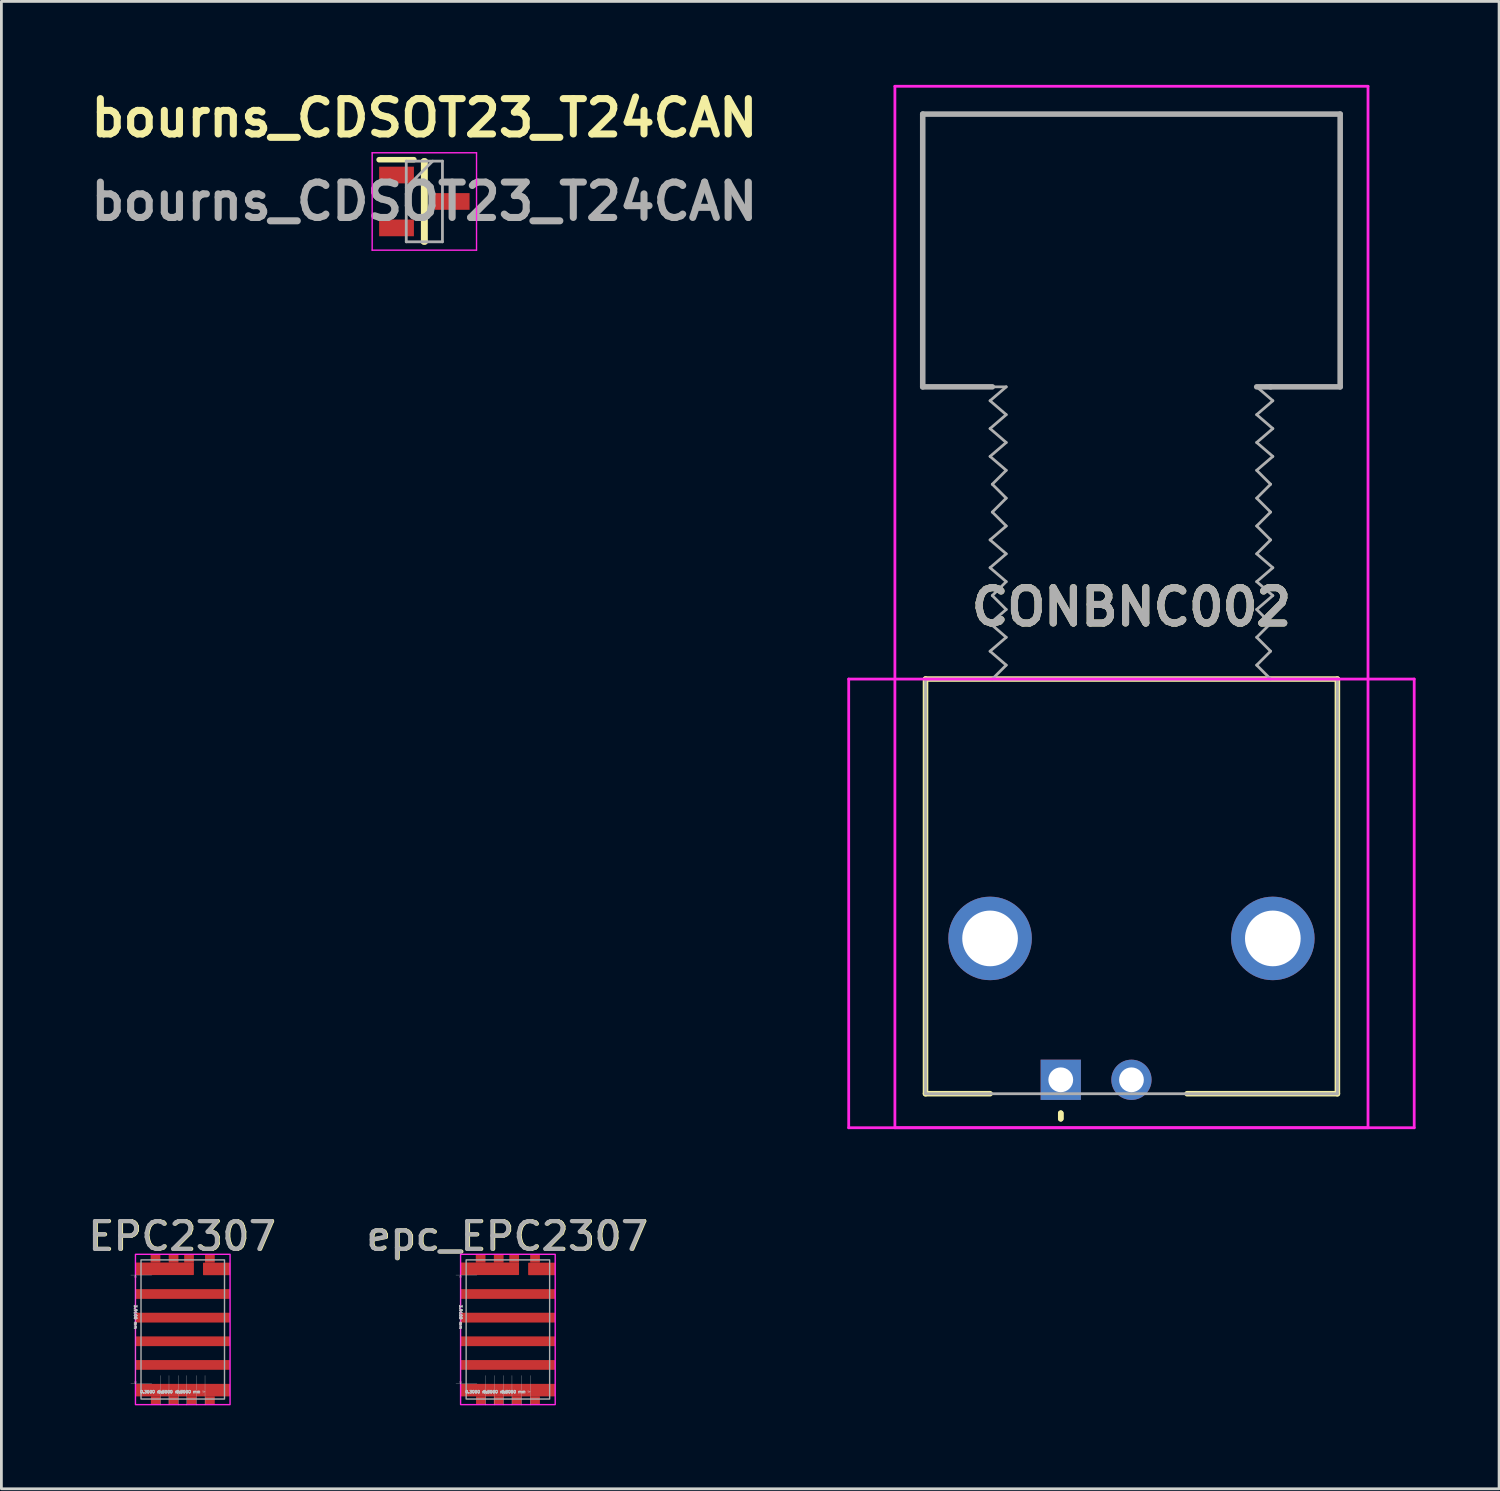
<source format=kicad_pcb>
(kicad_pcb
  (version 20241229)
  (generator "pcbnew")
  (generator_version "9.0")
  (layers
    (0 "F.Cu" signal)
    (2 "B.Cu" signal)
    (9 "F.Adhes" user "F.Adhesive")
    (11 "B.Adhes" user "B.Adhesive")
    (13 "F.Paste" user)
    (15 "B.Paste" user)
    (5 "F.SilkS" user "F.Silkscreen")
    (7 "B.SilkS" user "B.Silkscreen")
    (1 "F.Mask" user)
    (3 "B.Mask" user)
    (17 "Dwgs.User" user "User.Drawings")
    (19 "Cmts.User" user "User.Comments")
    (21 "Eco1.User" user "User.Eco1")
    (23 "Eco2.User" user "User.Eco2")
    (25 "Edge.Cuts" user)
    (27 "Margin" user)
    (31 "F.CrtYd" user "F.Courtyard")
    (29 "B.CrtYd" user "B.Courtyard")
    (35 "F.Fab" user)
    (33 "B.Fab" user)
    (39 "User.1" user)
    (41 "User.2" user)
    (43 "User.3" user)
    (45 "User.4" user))
  (footprint "epc_EPC2307"
    (layer "F.Cu")
    (at 15.194 44.571)
    (property "Reference" "epc_EPC2307" (at 0 -3.2 0) (unlocked yes) (layer "F.SilkS") (effects (font (size 1 1) (thickness 0.15))))
    (attr smd)
    (fp_rect (start -1.694 -2.55) (end 1.706 2.85) (stroke (width 0.05) (type default)) (fill no) (layer "F.CrtYd"))
    (fp_rect (start -1.494 -2.35) (end 1.506 2.65) (stroke (width 0.05) (type default)) (fill no) (layer "F.Fab"))
    (fp_text user "${REFERENCE}" (at -0.029 -3.2 0) (unlocked yes) (layer "F.Fab") (effects (font (size 1 1) (thickness 0.15))))
    (dimension (type aligned) (layer "Dwgs.User") (pts (xy 16.001 47.539) (xy 15.701 47.539)) (height 0.578) (format (prefix "") (suffix "") (units 3) (units_format 1) (precision 4)) (style (thickness 0.01) (arrow_length 0.1) (text_position_mode 1) (arrow_direction outward) (extension_height 0.586) (extension_offset 0.1) (keep_text_aligned yes)) (gr_text "0.3000 mm" (at 15.851 46.961 0) (layer "Dwgs.User") (effects (font (size 0.1 0.1) (thickness 0.05) (bold yes)) (justify right))))
    (dimension (type aligned) (layer "Dwgs.User") (pts (xy 14.706 47.539) (xy 14.406 47.539)) (height 0.578) (format (prefix "") (suffix "") (units 3) (units_format 1) (precision 4)) (style (thickness 0.01) (arrow_length 0.1) (text_position_mode 1) (arrow_direction outward) (extension_height 0.586) (extension_offset 0.1) (keep_text_aligned yes)) (gr_text "0.3000 mm" (at 14.556 46.961 0) (layer "Dwgs.User") (effects (font (size 0.1 0.1) (thickness 0.05) (bold yes)) (justify right))))
    (dimension (type aligned) (layer "Dwgs.User") (pts (xy 13.236 46.676) (xy 13.234 42.766)) (height 0.266) (format (prefix "") (suffix "") (units 3) (units_format 1) (precision 4)) (style (thickness 0.01) (arrow_length 0.1) (text_position_mode 1) (arrow_direction outward) (extension_height 0.586) (extension_offset 0.1) (keep_text_aligned yes)) (gr_text "3.9100 mm" (at 13.501 44.721 -89.982) (layer "Dwgs.User") (effects (font (size 0.1 0.1) (thickness 0.05) (bold yes)) (justify right))))
    (dimension (type aligned) (layer "Dwgs.User") (pts (xy 15.346 47.539) (xy 15.046 47.539)) (height 0.578) (format (prefix "") (suffix "") (units 3) (units_format 1) (precision 4)) (style (thickness 0.01) (arrow_length 0.1) (text_position_mode 1) (arrow_direction outward) (extension_height 0.586) (extension_offset 0.1) (keep_text_aligned yes)) (gr_text "0.3000 mm" (at 15.196 46.961 0) (layer "Dwgs.User") (effects (font (size 0.1 0.1) (thickness 0.05) (bold yes)) (justify right))))
    (pad "1" smd roundrect (at 0.981 -2.4) (size 0.35 0.3) (layers "F.Cu" "F.Mask" "F.Paste") (roundrect_rratio 0.05))
    (pad "1" smd roundrect (at 1.221 -2.025) (size 0.975 0.45) (layers "F.Cu" "F.Mask" "F.Paste") (roundrect_rratio 0.05))
    (pad "2" smd roundrect (at -0.964 2.7) (size 0.35 0.3) (layers "F.Cu" "F.Mask" "F.Paste") (roundrect_rratio 0.05))
    (pad "2" smd roundrect (at -0.324 2.7) (size 0.35 0.3) (layers "F.Cu" "F.Mask" "F.Paste") (roundrect_rratio 0.05))
    (pad "2" smd roundrect (at 0.001 -1.125) (size 3.4 0.35) (layers "F.Cu" "F.Mask" "F.Paste") (roundrect_rratio 0.05))
    (pad "2" smd roundrect (at 0.006 0.575) (size 3.4 0.35) (layers "F.Cu" "F.Mask" "F.Paste") (roundrect_rratio 0.05))
    (pad "2" smd roundrect (at 0.006 2.33) (size 3.4 0.45) (layers "F.Cu" "F.Mask" "F.Paste") (roundrect_rratio 0.05))
    (pad "2" smd roundrect (at 0.326 2.7) (size 0.35 0.3) (layers "F.Cu" "F.Mask" "F.Paste") (roundrect_rratio 0.05))
    (pad "2" smd roundrect (at 0.981 2.7) (size 0.35 0.3) (layers "F.Cu" "F.Mask" "F.Paste") (roundrect_rratio 0.05))
    (pad "3" smd roundrect (at -0.974 -2.4) (size 0.35 0.3) (layers "F.Cu" "F.Mask" "F.Paste") (roundrect_rratio 0.05))
    (pad "3" smd roundrect (at -0.644 -2.03) (size 2.1 0.45) (layers "F.Cu" "F.Mask" "F.Paste") (roundrect_rratio 0.05))
    (pad "3" smd roundrect (at -0.324 -2.4) (size 0.35 0.3) (layers "F.Cu" "F.Mask" "F.Paste") (roundrect_rratio 0.05))
    (pad "3" smd roundrect (at 0.001 -0.275) (size 3.4 0.35) (layers "F.Cu" "F.Mask" "F.Paste") (roundrect_rratio 0.05))
    (pad "3" smd roundrect (at 0.001 1.425) (size 3.4 0.35) (layers "F.Cu" "F.Mask" "F.Paste") (roundrect_rratio 0.05))
    (pad "3" smd roundrect (at 0.231 -2.4) (size 0.35 0.3) (layers "F.Cu" "F.Mask" "F.Paste") (roundrect_rratio 0.05)))
  (footprint "EPC2307"
    (layer "F.Cu")
    (at 3.511 44.571)
    (property "Reference" "EPC2307" (at 0 -3.2 0) (unlocked yes) (layer "F.SilkS") (effects (font (size 1 1) (thickness 0.15))))
    (attr smd)
    (fp_rect (start -1.694 -2.55) (end 1.706 2.85) (stroke (width 0.05) (type default)) (fill no) (layer "F.CrtYd"))
    (fp_rect (start -1.494 -2.35) (end 1.506 2.65) (stroke (width 0.05) (type default)) (fill no) (layer "F.Fab"))
    (fp_text user "${REFERENCE}" (at -0.029 -3.2 0) (unlocked yes) (layer "F.Fab") (effects (font (size 1 1) (thickness 0.15))))
    (dimension (type aligned) (layer "Dwgs.User") (pts (xy 3.662 47.539) (xy 3.362 47.539)) (height 0.578) (format (prefix "") (suffix "") (units 3) (units_format 1) (precision 4)) (style (thickness 0.01) (arrow_length 0.1) (text_position_mode 1) (arrow_direction outward) (extension_height 0.586) (extension_offset 0.1) (keep_text_aligned yes)) (gr_text "0.3000 mm" (at 3.512 46.961 0) (layer "Dwgs.User") (effects (font (size 0.1 0.1) (thickness 0.05) (bold yes)) (justify right))))
    (dimension (type aligned) (layer "Dwgs.User") (pts (xy 1.552 46.676) (xy 1.551 42.766)) (height 0.266) (format (prefix "") (suffix "") (units 3) (units_format 1) (precision 4)) (style (thickness 0.01) (arrow_length 0.1) (text_position_mode 1) (arrow_direction outward) (extension_height 0.586) (extension_offset 0.1) (keep_text_aligned yes)) (gr_text "3.9100 mm" (at 1.818 44.721 -89.982) (layer "Dwgs.User") (effects (font (size 0.1 0.1) (thickness 0.05) (bold yes)) (justify right))))
    (dimension (type aligned) (layer "Dwgs.User") (pts (xy 4.317 47.539) (xy 4.017 47.539)) (height 0.578) (format (prefix "") (suffix "") (units 3) (units_format 1) (precision 4)) (style (thickness 0.01) (arrow_length 0.1) (text_position_mode 1) (arrow_direction outward) (extension_height 0.586) (extension_offset 0.1) (keep_text_aligned yes)) (gr_text "0.3000 mm" (at 4.167 46.961 0) (layer "Dwgs.User") (effects (font (size 0.1 0.1) (thickness 0.05) (bold yes)) (justify right))))
    (dimension (type aligned) (layer "Dwgs.User") (pts (xy 3.022 47.539) (xy 2.722 47.539)) (height 0.578) (format (prefix "") (suffix "") (units 3) (units_format 1) (precision 4)) (style (thickness 0.01) (arrow_length 0.1) (text_position_mode 1) (arrow_direction outward) (extension_height 0.586) (extension_offset 0.1) (keep_text_aligned yes)) (gr_text "0.3000 mm" (at 2.872 46.961 0) (layer "Dwgs.User") (effects (font (size 0.1 0.1) (thickness 0.05) (bold yes)) (justify right))))
    (pad "1" smd roundrect (at 0.981 -2.4) (size 0.35 0.3) (layers "F.Cu" "F.Mask" "F.Paste") (roundrect_rratio 0.05))
    (pad "1" smd roundrect (at 1.221 -2.025) (size 0.975 0.45) (layers "F.Cu" "F.Mask" "F.Paste") (roundrect_rratio 0.05))
    (pad "2" smd roundrect (at -0.964 2.7) (size 0.35 0.3) (layers "F.Cu" "F.Mask" "F.Paste") (roundrect_rratio 0.05))
    (pad "2" smd roundrect (at -0.324 2.7) (size 0.35 0.3) (layers "F.Cu" "F.Mask" "F.Paste") (roundrect_rratio 0.05))
    (pad "2" smd roundrect (at 0.001 -1.125) (size 3.4 0.35) (layers "F.Cu" "F.Mask" "F.Paste") (roundrect_rratio 0.05))
    (pad "2" smd roundrect (at 0.006 0.575) (size 3.4 0.35) (layers "F.Cu" "F.Mask" "F.Paste") (roundrect_rratio 0.05))
    (pad "2" smd roundrect (at 0.006 2.33) (size 3.4 0.45) (layers "F.Cu" "F.Mask" "F.Paste") (roundrect_rratio 0.05))
    (pad "2" smd roundrect (at 0.326 2.7) (size 0.35 0.3) (layers "F.Cu" "F.Mask" "F.Paste") (roundrect_rratio 0.05))
    (pad "2" smd roundrect (at 0.981 2.7) (size 0.35 0.3) (layers "F.Cu" "F.Mask" "F.Paste") (roundrect_rratio 0.05))
    (pad "3" smd roundrect (at -0.974 -2.4) (size 0.35 0.3) (layers "F.Cu" "F.Mask" "F.Paste") (roundrect_rratio 0.05))
    (pad "3" smd roundrect (at -0.644 -2.03) (size 2.1 0.45) (layers "F.Cu" "F.Mask" "F.Paste") (roundrect_rratio 0.05))
    (pad "3" smd roundrect (at -0.324 -2.4) (size 0.35 0.3) (layers "F.Cu" "F.Mask" "F.Paste") (roundrect_rratio 0.05))
    (pad "3" smd roundrect (at 0.001 -0.275) (size 3.4 0.35) (layers "F.Cu" "F.Mask" "F.Paste") (roundrect_rratio 0.05))
    (pad "3" smd roundrect (at 0.001 1.425) (size 3.4 0.35) (layers "F.Cu" "F.Mask" "F.Paste") (roundrect_rratio 0.05))
    (pad "3" smd roundrect (at 0.231 -2.4) (size 0.35 0.3) (layers "F.Cu" "F.Mask" "F.Paste") (roundrect_rratio 0.05)))
  (footprint "CONBNC002"
    (layer "F.Cu")
    (at 35.066 35.75)
    (property "Reference" "CONBNC002" (at 2.54 -16.989 0) (layer "F.SilkS") (effects (font (size 1.27 1.27) (thickness 0.254))))
    (attr through_hole)
    (fp_line (start -4.86 -14.4) (end 9.94 -14.4) (stroke (width 0.2) (type solid)) (layer "F.SilkS"))
    (fp_line (start -4.86 0.5) (end -4.86 -14.4) (stroke (width 0.2) (type solid)) (layer "F.SilkS"))
    (fp_line (start -4.86 0.5) (end -2.54 0.5) (stroke (width 0.2) (type solid)) (layer "F.SilkS"))
    (fp_line (start 0 1.2) (end 0 1.4) (stroke (width 0.2) (type solid)) (layer "F.SilkS"))
    (fp_line (start 0 1.4) (end 0 1.2) (stroke (width 0.2) (type solid)) (layer "F.SilkS"))
    (fp_line (start 9.94 -14.4) (end 9.94 0.5) (stroke (width 0.2) (type solid)) (layer "F.SilkS"))
    (fp_line (start 9.94 0.5) (end 4.54 0.5) (stroke (width 0.2) (type solid)) (layer "F.SilkS"))
    (fp_line (start -7.62 -14.4) (end 12.7 -14.4) (stroke (width 0.1) (type solid)) (layer "F.CrtYd"))
    (fp_line (start -7.62 1.723) (end -7.62 -14.4) (stroke (width 0.1) (type solid)) (layer "F.CrtYd"))
    (fp_line (start -5.96 -35.7) (end 11.04 -35.7) (stroke (width 0.1) (type solid)) (layer "F.CrtYd"))
    (fp_line (start -5.96 1.723) (end -5.96 -35.7) (stroke (width 0.1) (type solid)) (layer "F.CrtYd"))
    (fp_line (start 11.04 -35.7) (end 11.04 1.723) (stroke (width 0.1) (type solid)) (layer "F.CrtYd"))
    (fp_line (start 11.04 1.723) (end -5.96 1.723) (stroke (width 0.1) (type solid)) (layer "F.CrtYd"))
    (fp_line (start 12.7 -14.4) (end 12.7 1.723) (stroke (width 0.1) (type solid)) (layer "F.CrtYd"))
    (fp_line (start 12.7 1.723) (end -7.62 1.723) (stroke (width 0.1) (type solid)) (layer "F.CrtYd"))
    (fp_line (start -4.96 -34.7) (end 10.04 -34.7) (stroke (width 0.2) (type solid)) (layer "F.Fab"))
    (fp_line (start -4.96 -24.9) (end -4.96 -34.7) (stroke (width 0.1) (type solid)) (layer "F.Fab"))
    (fp_line (start -4.96 -24.9) (end -4.96 -34.7) (stroke (width 0.2) (type solid)) (layer "F.Fab"))
    (fp_line (start -4.86 -14.4) (end 9.94 -14.4) (stroke (width 0.1) (type solid)) (layer "F.Fab"))
    (fp_line (start -4.86 0.5) (end -4.86 -14.4) (stroke (width 0.1) (type solid)) (layer "F.Fab"))
    (fp_line (start -2.54 -24.4) (end -1.96 -24.9) (stroke (width 0.1) (type solid)) (layer "F.Fab"))
    (fp_line (start -2.54 -23.4) (end -1.96 -23.9) (stroke (width 0.1) (type solid)) (layer "F.Fab"))
    (fp_line (start -2.54 -22.4) (end -1.96 -22.9) (stroke (width 0.1) (type solid)) (layer "F.Fab"))
    (fp_line (start -2.54 -19.4) (end -1.96 -19.9) (stroke (width 0.1) (type solid)) (layer "F.Fab"))
    (fp_line (start -2.54 -18.4) (end -1.96 -18.9) (stroke (width 0.1) (type solid)) (layer "F.Fab"))
    (fp_line (start -2.54 -16.4) (end -1.96 -16.9) (stroke (width 0.1) (type solid)) (layer "F.Fab"))
    (fp_line (start -2.54 -15.4) (end -1.96 -15.9) (stroke (width 0.1) (type solid)) (layer "F.Fab"))
    (fp_line (start -2.46 -24.9) (end -4.96 -24.9) (stroke (width 0.2) (type solid)) (layer "F.Fab"))
    (fp_line (start -2.46 -21.4) (end -1.96 -21.9) (stroke (width 0.1) (type solid)) (layer "F.Fab"))
    (fp_line (start -2.46 -20.4) (end -1.96 -20.9) (stroke (width 0.1) (type solid)) (layer "F.Fab"))
    (fp_line (start -2.46 -17.4) (end -1.96 -17.9) (stroke (width 0.1) (type solid)) (layer "F.Fab"))
    (fp_line (start -2.46 -14.4) (end -1.96 -14.9) (stroke (width 0.1) (type solid)) (layer "F.Fab"))
    (fp_line (start -1.96 -24.9) (end -4.96 -24.9) (stroke (width 0.1) (type solid)) (layer "F.Fab"))
    (fp_line (start -1.96 -23.9) (end -2.54 -24.4) (stroke (width 0.1) (type solid)) (layer "F.Fab"))
    (fp_line (start -1.96 -22.9) (end -2.54 -23.4) (stroke (width 0.1) (type solid)) (layer "F.Fab"))
    (fp_line (start -1.96 -21.9) (end -2.54 -22.4) (stroke (width 0.1) (type solid)) (layer "F.Fab"))
    (fp_line (start -1.96 -20.9) (end -2.46 -21.4) (stroke (width 0.1) (type solid)) (layer "F.Fab"))
    (fp_line (start -1.96 -19.9) (end -2.46 -20.4) (stroke (width 0.1) (type solid)) (layer "F.Fab"))
    (fp_line (start -1.96 -18.9) (end -2.54 -19.4) (stroke (width 0.1) (type solid)) (layer "F.Fab"))
    (fp_line (start -1.96 -17.9) (end -2.54 -18.4) (stroke (width 0.1) (type solid)) (layer "F.Fab"))
    (fp_line (start -1.96 -16.9) (end -2.46 -17.4) (stroke (width 0.1) (type solid)) (layer "F.Fab"))
    (fp_line (start -1.96 -15.9) (end -2.54 -16.4) (stroke (width 0.1) (type solid)) (layer "F.Fab"))
    (fp_line (start -1.96 -14.9) (end -2.54 -15.4) (stroke (width 0.1) (type solid)) (layer "F.Fab"))
    (fp_line (start 7.04 -24.9) (end 10.04 -24.9) (stroke (width 0.1) (type solid)) (layer "F.Fab"))
    (fp_line (start 7.04 -23.9) (end 7.62 -24.4) (stroke (width 0.1) (type solid)) (layer "F.Fab"))
    (fp_line (start 7.04 -22.9) (end 7.62 -23.4) (stroke (width 0.1) (type solid)) (layer "F.Fab"))
    (fp_line (start 7.04 -21.9) (end 7.62 -22.4) (stroke (width 0.1) (type solid)) (layer "F.Fab"))
    (fp_line (start 7.04 -20.9) (end 7.54 -21.4) (stroke (width 0.1) (type solid)) (layer "F.Fab"))
    (fp_line (start 7.04 -19.9) (end 7.54 -20.4) (stroke (width 0.1) (type solid)) (layer "F.Fab"))
    (fp_line (start 7.04 -18.9) (end 7.54 -19.4) (stroke (width 0.1) (type solid)) (layer "F.Fab"))
    (fp_line (start 7.04 -17.9) (end 7.62 -18.4) (stroke (width 0.1) (type solid)) (layer "F.Fab"))
    (fp_line (start 7.04 -16.9) (end 7.62 -17.4) (stroke (width 0.1) (type solid)) (layer "F.Fab"))
    (fp_line (start 7.04 -15.9) (end 7.54 -16.4) (stroke (width 0.1) (type solid)) (layer "F.Fab"))
    (fp_line (start 7.04 -14.9) (end 7.54 -15.4) (stroke (width 0.1) (type solid)) (layer "F.Fab"))
    (fp_line (start 7.54 -24.9) (end 7.04 -24.9) (stroke (width 0.2) (type solid)) (layer "F.Fab"))
    (fp_line (start 7.54 -21.4) (end 7.04 -21.9) (stroke (width 0.1) (type solid)) (layer "F.Fab"))
    (fp_line (start 7.54 -20.4) (end 7.04 -20.9) (stroke (width 0.1) (type solid)) (layer "F.Fab"))
    (fp_line (start 7.54 -19.4) (end 7.04 -19.9) (stroke (width 0.1) (type solid)) (layer "F.Fab"))
    (fp_line (start 7.54 -16.4) (end 7.04 -16.9) (stroke (width 0.1) (type solid)) (layer "F.Fab"))
    (fp_line (start 7.54 -15.4) (end 7.04 -15.9) (stroke (width 0.1) (type solid)) (layer "F.Fab"))
    (fp_line (start 7.54 -14.4) (end 7.04 -14.9) (stroke (width 0.1) (type solid)) (layer "F.Fab"))
    (fp_line (start 7.62 -24.4) (end 7.04 -24.9) (stroke (width 0.1) (type solid)) (layer "F.Fab"))
    (fp_line (start 7.62 -23.4) (end 7.04 -23.9) (stroke (width 0.1) (type solid)) (layer "F.Fab"))
    (fp_line (start 7.62 -22.4) (end 7.04 -22.9) (stroke (width 0.1) (type solid)) (layer "F.Fab"))
    (fp_line (start 7.62 -18.4) (end 7.04 -18.9) (stroke (width 0.1) (type solid)) (layer "F.Fab"))
    (fp_line (start 7.62 -17.4) (end 7.04 -17.9) (stroke (width 0.1) (type solid)) (layer "F.Fab"))
    (fp_line (start 9.94 -14.4) (end 9.94 0.5) (stroke (width 0.1) (type solid)) (layer "F.Fab"))
    (fp_line (start 9.94 0.5) (end -4.86 0.5) (stroke (width 0.1) (type solid)) (layer "F.Fab"))
    (fp_line (start 10.04 -34.7) (end -4.96 -34.7) (stroke (width 0.1) (type solid)) (layer "F.Fab"))
    (fp_line (start 10.04 -34.7) (end 10.04 -24.9) (stroke (width 0.2) (type solid)) (layer "F.Fab"))
    (fp_line (start 10.04 -24.9) (end 7.54 -24.9) (stroke (width 0.2) (type solid)) (layer "F.Fab"))
    (fp_line (start 10.04 -24.9) (end 10.04 -34.7) (stroke (width 0.1) (type solid)) (layer "F.Fab"))
    (fp_text user "${REFERENCE}" (at 2.54 -16.989 0) (layer "F.Fab") (effects (font (size 1.27 1.27) (thickness 0.254))))
    (pad "1" thru_hole rect (at 0 0) (size 1.446 1.446) (drill 0.89) (layers "*.Cu" "*.Mask"))
    (pad "2" thru_hole circle (at 2.54 0) (size 1.446 1.446) (drill 0.89) (layers "*.Cu" "*.Mask"))
    (pad "MH1" thru_hole circle (at -2.54 -5.08) (size 3 3) (drill 2) (layers "*.Cu" "*.Mask"))
    (pad "MH2" thru_hole circle (at 7.62 -5.08) (size 3 3) (drill 2) (layers "*.Cu" "*.Mask")))
  (footprint "bourns_CDSOT23_T24CAN"
    (layer "F.Cu")
    (at 12.198 4.189)
    (property "Reference" "bourns_CDSOT23_T24CAN" (at 0 -3 0) (layer "F.SilkS") (effects (font (size 1.27 1.27) (thickness 0.254))))
    (attr smd)
    (fp_line (start -1.625 -1.5) (end -0.375 -1.5) (stroke (width 0.2) (type solid)) (layer "F.SilkS"))
    (fp_line (start -0.025 -1.45) (end 0.025 -1.45) (stroke (width 0.2) (type solid)) (layer "F.SilkS"))
    (fp_line (start -0.025 1.45) (end -0.025 -1.45) (stroke (width 0.2) (type solid)) (layer "F.SilkS"))
    (fp_line (start 0.025 -1.45) (end 0.025 1.45) (stroke (width 0.2) (type solid)) (layer "F.SilkS"))
    (fp_line (start 0.025 1.45) (end -0.025 1.45) (stroke (width 0.2) (type solid)) (layer "F.SilkS"))
    (fp_line (start -1.875 -1.75) (end 1.875 -1.75) (stroke (width 0.05) (type solid)) (layer "F.CrtYd"))
    (fp_line (start -1.875 1.75) (end -1.875 -1.75) (stroke (width 0.05) (type solid)) (layer "F.CrtYd"))
    (fp_line (start 1.875 -1.75) (end 1.875 1.75) (stroke (width 0.05) (type solid)) (layer "F.CrtYd"))
    (fp_line (start 1.875 1.75) (end -1.875 1.75) (stroke (width 0.05) (type solid)) (layer "F.CrtYd"))
    (fp_line (start -0.65 -1.45) (end 0.65 -1.45) (stroke (width 0.1) (type solid)) (layer "F.Fab"))
    (fp_line (start -0.65 -0.5) (end 0.3 -1.45) (stroke (width 0.1) (type solid)) (layer "F.Fab"))
    (fp_line (start -0.65 1.45) (end -0.65 -1.45) (stroke (width 0.1) (type solid)) (layer "F.Fab"))
    (fp_line (start 0.65 -1.45) (end 0.65 1.45) (stroke (width 0.1) (type solid)) (layer "F.Fab"))
    (fp_line (start 0.65 1.45) (end -0.65 1.45) (stroke (width 0.1) (type solid)) (layer "F.Fab"))
    (fp_text user "${REFERENCE}" (at 0 0 0) (layer "F.Fab") (effects (font (size 1.27 1.27) (thickness 0.254))))
    (pad "1" smd rect (at -1 -0.95 90) (size 0.6 1.25) (layers "F.Cu" "F.Mask" "F.Paste"))
    (pad "2" smd rect (at -1 0.95 90) (size 0.6 1.25) (layers "F.Cu" "F.Mask" "F.Paste"))
    (pad "3" smd rect (at 1 0 90) (size 0.6 1.25) (layers "F.Cu" "F.Mask" "F.Paste")))
  (gr_rect
    (start -3 -3)
    (end 50.816 50.446)
    (stroke (width 0.1) (type default))
    (fill no)
    (layer "Edge.Cuts")))
</source>
